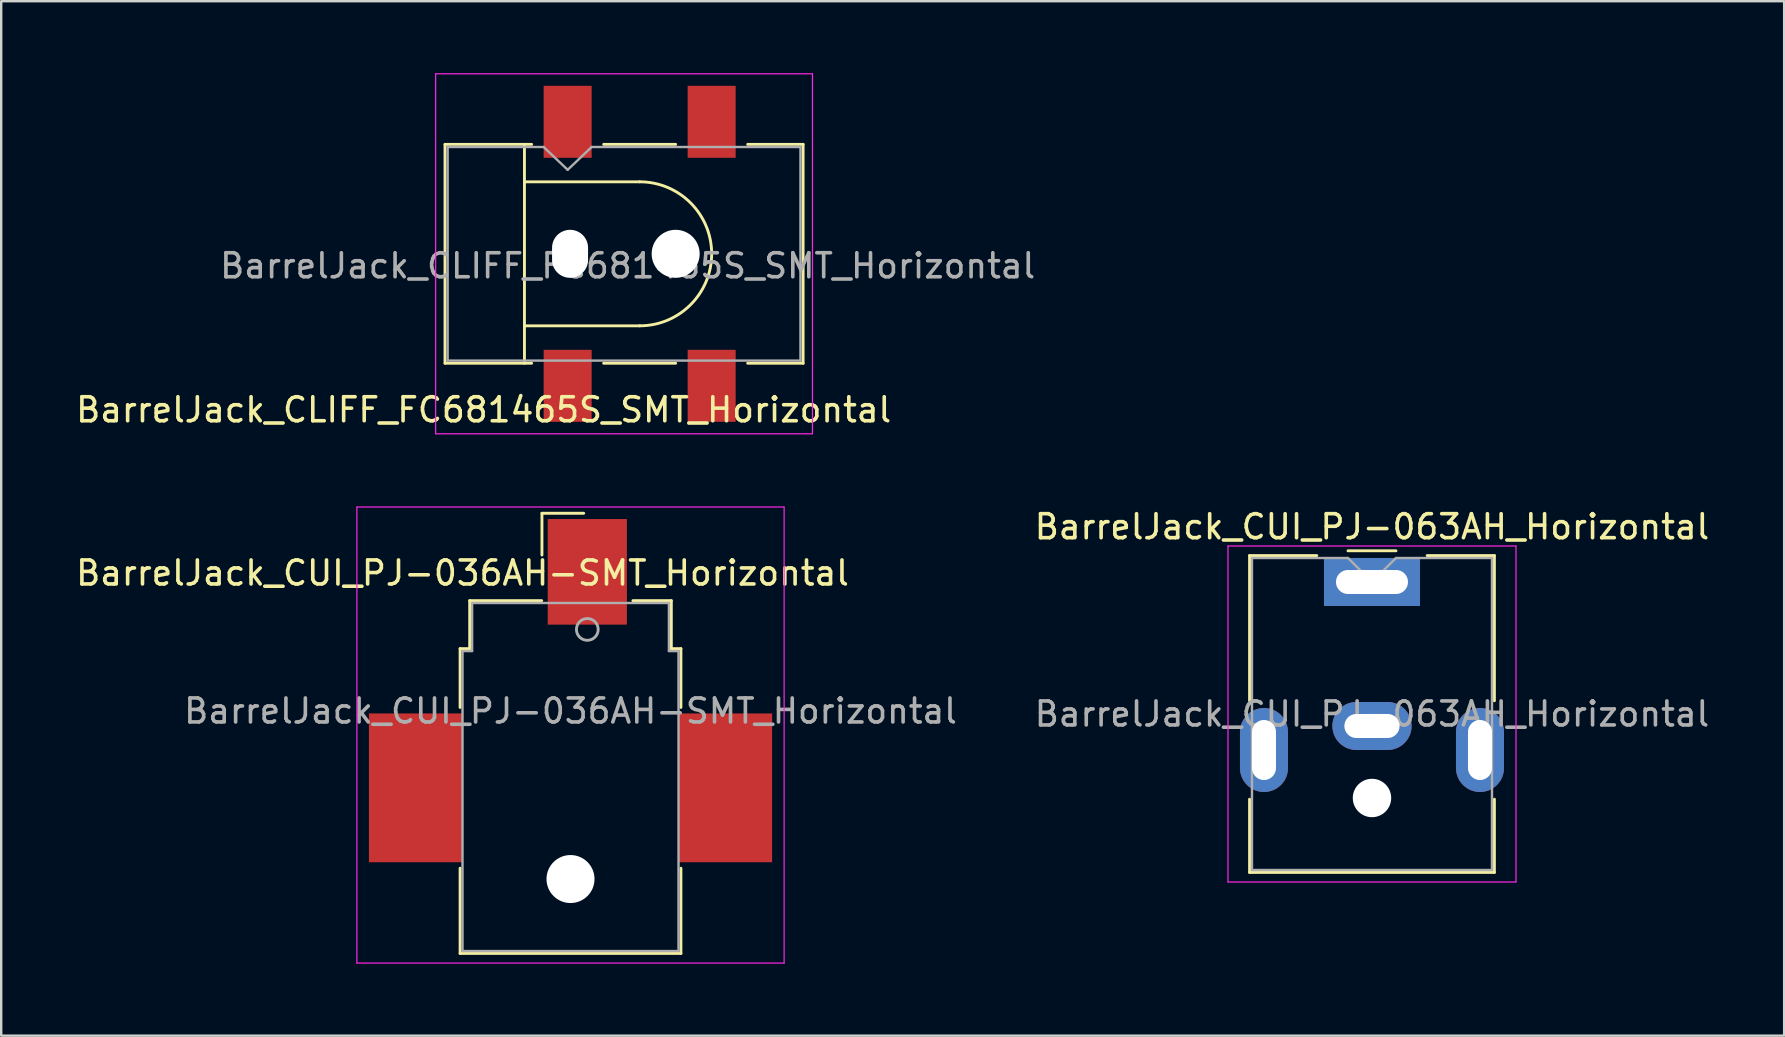
<source format=kicad_pcb>
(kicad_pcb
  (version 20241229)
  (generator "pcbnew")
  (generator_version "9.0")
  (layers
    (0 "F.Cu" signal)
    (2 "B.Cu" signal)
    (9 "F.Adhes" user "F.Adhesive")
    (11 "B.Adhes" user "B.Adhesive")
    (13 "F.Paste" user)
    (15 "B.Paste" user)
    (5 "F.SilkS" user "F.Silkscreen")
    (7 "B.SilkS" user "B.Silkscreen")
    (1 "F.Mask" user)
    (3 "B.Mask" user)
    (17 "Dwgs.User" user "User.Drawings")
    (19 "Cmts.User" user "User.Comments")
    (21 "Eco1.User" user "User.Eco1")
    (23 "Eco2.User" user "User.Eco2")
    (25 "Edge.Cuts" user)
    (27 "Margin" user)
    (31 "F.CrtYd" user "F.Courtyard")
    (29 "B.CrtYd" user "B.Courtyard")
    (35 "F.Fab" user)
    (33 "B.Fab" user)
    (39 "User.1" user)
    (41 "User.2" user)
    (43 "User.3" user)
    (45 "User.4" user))
  (footprint "BarrelJack_CLIFF_FC681465S_SMT_Horizontal"
    (layer "F.Cu")
    (at 23.601 7.525)
    (property "Reference" "BarrelJack_CLIFF_FC681465S_SMT_Horizontal" (at -6.5 6.5 180) (layer "F.SilkS") (effects (font (size 1 1) (thickness 0.15))))
    (attr smd)
    (fp_line (start -8.11 -4.56) (end -4.5 -4.56) (stroke (width 0.12) (type solid)) (layer "F.SilkS"))
    (fp_line (start -8.11 4.56) (end -8.11 -4.56) (stroke (width 0.12) (type solid)) (layer "F.SilkS"))
    (fp_line (start -8.11 4.56) (end -4.5 4.56) (stroke (width 0.12) (type solid)) (layer "F.SilkS"))
    (fp_line (start -4.8 -3) (end 0 -3) (stroke (width 0.12) (type solid)) (layer "F.SilkS"))
    (fp_line (start -4.8 3) (end 0 3) (stroke (width 0.12) (type solid)) (layer "F.SilkS"))
    (fp_line (start -4.8 4.56) (end -4.8 -4.56) (stroke (width 0.12) (type solid)) (layer "F.SilkS"))
    (fp_line (start -1.5 -4.56) (end 1.5 -4.56) (stroke (width 0.12) (type solid)) (layer "F.SilkS"))
    (fp_line (start -1.5 4.56) (end 1.5 4.56) (stroke (width 0.12) (type solid)) (layer "F.SilkS"))
    (fp_line (start 4.5 -4.56) (end 6.81 -4.56) (stroke (width 0.12) (type solid)) (layer "F.SilkS"))
    (fp_line (start 4.5 4.56) (end 6.81 4.56) (stroke (width 0.12) (type solid)) (layer "F.SilkS"))
    (fp_line (start 6.81 4.56) (end 6.81 -4.56) (stroke (width 0.12) (type solid)) (layer "F.SilkS"))
    (fp_arc (start 0 -3) (mid 3 0) (end 0 3) (stroke (width 0.12) (type solid)) (layer "F.SilkS"))
    (fp_line (start -8.5 -7.5) (end 7.2 -7.5) (stroke (width 0.05) (type solid)) (layer "F.CrtYd"))
    (fp_line (start -8.5 7.5) (end -8.5 -7.5) (stroke (width 0.05) (type solid)) (layer "F.CrtYd"))
    (fp_line (start -8.5 7.5) (end 7.2 7.5) (stroke (width 0.05) (type solid)) (layer "F.CrtYd"))
    (fp_line (start 7.2 7.5) (end 7.2 -7.5) (stroke (width 0.05) (type solid)) (layer "F.CrtYd"))
    (fp_line (start -8 -4.45) (end -4 -4.45) (stroke (width 0.1) (type solid)) (layer "F.Fab"))
    (fp_line (start -8 4.45) (end -8 -4.45) (stroke (width 0.1) (type solid)) (layer "F.Fab"))
    (fp_line (start -8 4.45) (end 6.7 4.45) (stroke (width 0.1) (type solid)) (layer "F.Fab"))
    (fp_line (start -4 -4.45) (end -3 -3.5) (stroke (width 0.1) (type solid)) (layer "F.Fab"))
    (fp_line (start -3 -3.5) (end -2 -4.45) (stroke (width 0.1) (type solid)) (layer "F.Fab"))
    (fp_line (start -2 -4.45) (end 6.7 -4.45) (stroke (width 0.1) (type solid)) (layer "F.Fab"))
    (fp_line (start 6.7 4.45) (end 6.7 -4.45) (stroke (width 0.1) (type solid)) (layer "F.Fab"))
    (fp_text user "${REFERENCE}" (at -0.5 0.5 180) (layer "F.Fab") (effects (font (size 1 1) (thickness 0.15))))
    (pad "" np_thru_hole oval (at -2.9 0 90) (size 2 1.5) (drill oval 2 1.5) (layers "*.Cu" "*.Mask"))
    (pad "" np_thru_hole circle (at 1.5 0 90) (size 2 2) (drill 2) (layers "*.Cu" "*.Mask"))
    (pad "1" smd rect (at -3 -5.5 90) (size 3 2) (layers "F.Cu" "F.Mask" "F.Paste"))
    (pad "1" smd rect (at 3 -5.5 90) (size 3 2) (layers "F.Cu" "F.Mask" "F.Paste"))
    (pad "2" smd rect (at 3 5.5 90) (size 3 2) (layers "F.Cu" "F.Mask" "F.Paste"))
    (pad "3" smd rect (at -3 5.5 90) (size 3 2) (layers "F.Cu" "F.Mask" "F.Paste")))
  (footprint "BarrelJack_CUI_PJ-036AH-SMT_Horizontal"
    (layer "F.Cu")
    (at 20.72 26.575)
    (property "Reference" "BarrelJack_CUI_PJ-036AH-SMT_Horizontal" (at -4.5 -5.75 0) (layer "F.SilkS") (effects (font (size 1 1) (thickness 0.15))))
    (attr smd)
    (fp_line (start -4.6 -2.6) (end -4.2 -2.6) (stroke (width 0.12) (type solid)) (layer "F.SilkS"))
    (fp_line (start -4.6 -0.15) (end -4.6 -2.6) (stroke (width 0.12) (type solid)) (layer "F.SilkS"))
    (fp_line (start -4.6 10.1) (end -4.6 6.55) (stroke (width 0.12) (type solid)) (layer "F.SilkS"))
    (fp_line (start -4.2 -4.6) (end -1.2 -4.6) (stroke (width 0.12) (type solid)) (layer "F.SilkS"))
    (fp_line (start -4.2 -2.6) (end -4.2 -4.6) (stroke (width 0.12) (type solid)) (layer "F.SilkS"))
    (fp_line (start -1.19 -8.24) (end 0.55 -8.24) (stroke (width 0.12) (type solid)) (layer "F.SilkS"))
    (fp_line (start -1.19 -6.5) (end -1.19 -8.24) (stroke (width 0.12) (type solid)) (layer "F.SilkS"))
    (fp_line (start 2.6 -4.6) (end 4.2 -4.6) (stroke (width 0.12) (type solid)) (layer "F.SilkS"))
    (fp_line (start 4.2 -4.6) (end 4.2 -2.6) (stroke (width 0.12) (type solid)) (layer "F.SilkS"))
    (fp_line (start 4.2 -2.6) (end 4.6 -2.6) (stroke (width 0.12) (type solid)) (layer "F.SilkS"))
    (fp_line (start 4.6 -2.6) (end 4.6 -0.15) (stroke (width 0.12) (type solid)) (layer "F.SilkS"))
    (fp_line (start 4.6 6.55) (end 4.6 10.1) (stroke (width 0.12) (type solid)) (layer "F.SilkS"))
    (fp_line (start 4.6 10.1) (end -4.6 10.1) (stroke (width 0.12) (type solid)) (layer "F.SilkS"))
    (fp_line (start -8.9 -8.5) (end -8.9 10.5) (stroke (width 0.05) (type solid)) (layer "F.CrtYd"))
    (fp_line (start -8.9 10.5) (end 8.9 10.5) (stroke (width 0.05) (type solid)) (layer "F.CrtYd"))
    (fp_line (start 8.9 -8.5) (end -8.9 -8.5) (stroke (width 0.05) (type solid)) (layer "F.CrtYd"))
    (fp_line (start 8.9 10.5) (end 8.9 -8.5) (stroke (width 0.05) (type solid)) (layer "F.CrtYd"))
    (fp_line (start -4.5 -2.5) (end -4.5 10) (stroke (width 0.1) (type solid)) (layer "F.Fab"))
    (fp_line (start -4.5 10) (end 4.5 10) (stroke (width 0.1) (type solid)) (layer "F.Fab"))
    (fp_line (start -4.1 -4.5) (end -4.1 -2.5) (stroke (width 0.1) (type solid)) (layer "F.Fab"))
    (fp_line (start -4.1 -2.5) (end -4.5 -2.5) (stroke (width 0.1) (type solid)) (layer "F.Fab"))
    (fp_line (start 4.1 -4.5) (end -4.1 -4.5) (stroke (width 0.1) (type solid)) (layer "F.Fab"))
    (fp_line (start 4.1 -2.5) (end 4.1 -4.5) (stroke (width 0.1) (type solid)) (layer "F.Fab"))
    (fp_line (start 4.5 -2.5) (end 4.1 -2.5) (stroke (width 0.1) (type solid)) (layer "F.Fab"))
    (fp_line (start 4.5 10) (end 4.5 -2.5) (stroke (width 0.1) (type solid)) (layer "F.Fab"))
    (fp_circle (center 0.7 -3.4) (end 0.75 -2.95) (stroke (width 0.12) (type solid)) (fill no) (layer "F.Fab"))
    (fp_text user "${REFERENCE}" (at 0 0 0) (layer "F.Fab") (effects (font (size 1 1) (thickness 0.15))))
    (pad "" np_thru_hole circle (at 0 7) (size 2 2) (drill 2) (layers "*.Cu" "*.Mask"))
    (pad "1" smd rect (at 0.7 -5.8) (size 3.3 4.4) (layers "F.Cu" "F.Mask" "F.Paste"))
    (pad "2" smd rect (at -6.45 3.2) (size 3.9 6.2) (layers "F.Cu" "F.Mask" "F.Paste"))
    (pad "3" smd rect (at 6.45 3.2) (size 3.9 6.2) (layers "F.Cu" "F.Mask" "F.Paste")))
  (footprint "BarrelJack_CUI_PJ-063AH_Horizontal"
    (layer "F.Cu")
    (at 54.113 21.198)
    (property "Reference" "BarrelJack_CUI_PJ-063AH_Horizontal" (at 0 -2.3 0) (layer "F.SilkS") (effects (font (size 1 1) (thickness 0.15))))
    (attr through_hole)
    (fp_line (start -5.1 -1.1) (end -2.3 -1.1) (stroke (width 0.12) (type solid)) (layer "F.SilkS"))
    (fp_line (start -5.1 4.95) (end -5.1 -1.1) (stroke (width 0.12) (type solid)) (layer "F.SilkS"))
    (fp_line (start -5.1 12.1) (end -5.1 9.05) (stroke (width 0.12) (type solid)) (layer "F.SilkS"))
    (fp_line (start -1 -1.3) (end 1 -1.3) (stroke (width 0.12) (type solid)) (layer "F.SilkS"))
    (fp_line (start 2.3 -1.1) (end 5.1 -1.1) (stroke (width 0.12) (type solid)) (layer "F.SilkS"))
    (fp_line (start 5.1 -1.1) (end 5.1 4.95) (stroke (width 0.12) (type solid)) (layer "F.SilkS"))
    (fp_line (start 5.1 9.05) (end 5.1 12.1) (stroke (width 0.12) (type solid)) (layer "F.SilkS"))
    (fp_line (start 5.1 12.1) (end -5.1 12.1) (stroke (width 0.12) (type solid)) (layer "F.SilkS"))
    (fp_line (start -6 -1.5) (end -6 12.5) (stroke (width 0.05) (type solid)) (layer "F.CrtYd"))
    (fp_line (start -6 12.5) (end 6 12.5) (stroke (width 0.05) (type solid)) (layer "F.CrtYd"))
    (fp_line (start 6 -1.5) (end -6 -1.5) (stroke (width 0.05) (type solid)) (layer "F.CrtYd"))
    (fp_line (start 6 12.5) (end 6 -1.5) (stroke (width 0.05) (type solid)) (layer "F.CrtYd"))
    (fp_line (start -5 -1) (end -1 -1) (stroke (width 0.1) (type solid)) (layer "F.Fab"))
    (fp_line (start -5 12) (end -5 -1) (stroke (width 0.1) (type solid)) (layer "F.Fab"))
    (fp_line (start -1 -1) (end 0 0) (stroke (width 0.1) (type solid)) (layer "F.Fab"))
    (fp_line (start 0 0) (end 1 -1) (stroke (width 0.1) (type solid)) (layer "F.Fab"))
    (fp_line (start 1 -1) (end 5 -1) (stroke (width 0.1) (type solid)) (layer "F.Fab"))
    (fp_line (start 5 -1) (end 5 12) (stroke (width 0.1) (type solid)) (layer "F.Fab"))
    (fp_line (start 5 12) (end -5 12) (stroke (width 0.1) (type solid)) (layer "F.Fab"))
    (fp_text user "${REFERENCE}" (at 0 5.5 0) (layer "F.Fab") (effects (font (size 1 1) (thickness 0.15))))
    (pad "" np_thru_hole circle (at 0 9) (size 1.6 1.6) (drill 1.6) (layers "*.Cu" "*.Mask"))
    (pad "1" thru_hole rect (at 0 0) (size 4 2) (drill oval 3 1) (layers "*.Cu" "*.Mask"))
    (pad "2" thru_hole oval (at 0 6) (size 3.3 2) (drill oval 2.3 1) (layers "*.Cu" "*.Mask"))
    (pad "3" thru_hole oval (at -4.5 7) (size 2 3.5) (drill oval 1 2.5) (layers "*.Cu" "*.Mask"))
    (pad "3" thru_hole oval (at 4.5 7) (size 2 3.5) (drill oval 1 2.5) (layers "*.Cu" "*.Mask")))
  (gr_rect
    (start -3 -3)
    (end 71.286 40.1)
    (stroke (width 0.1) (type default))
    (fill no)
    (layer "Edge.Cuts")))
</source>
